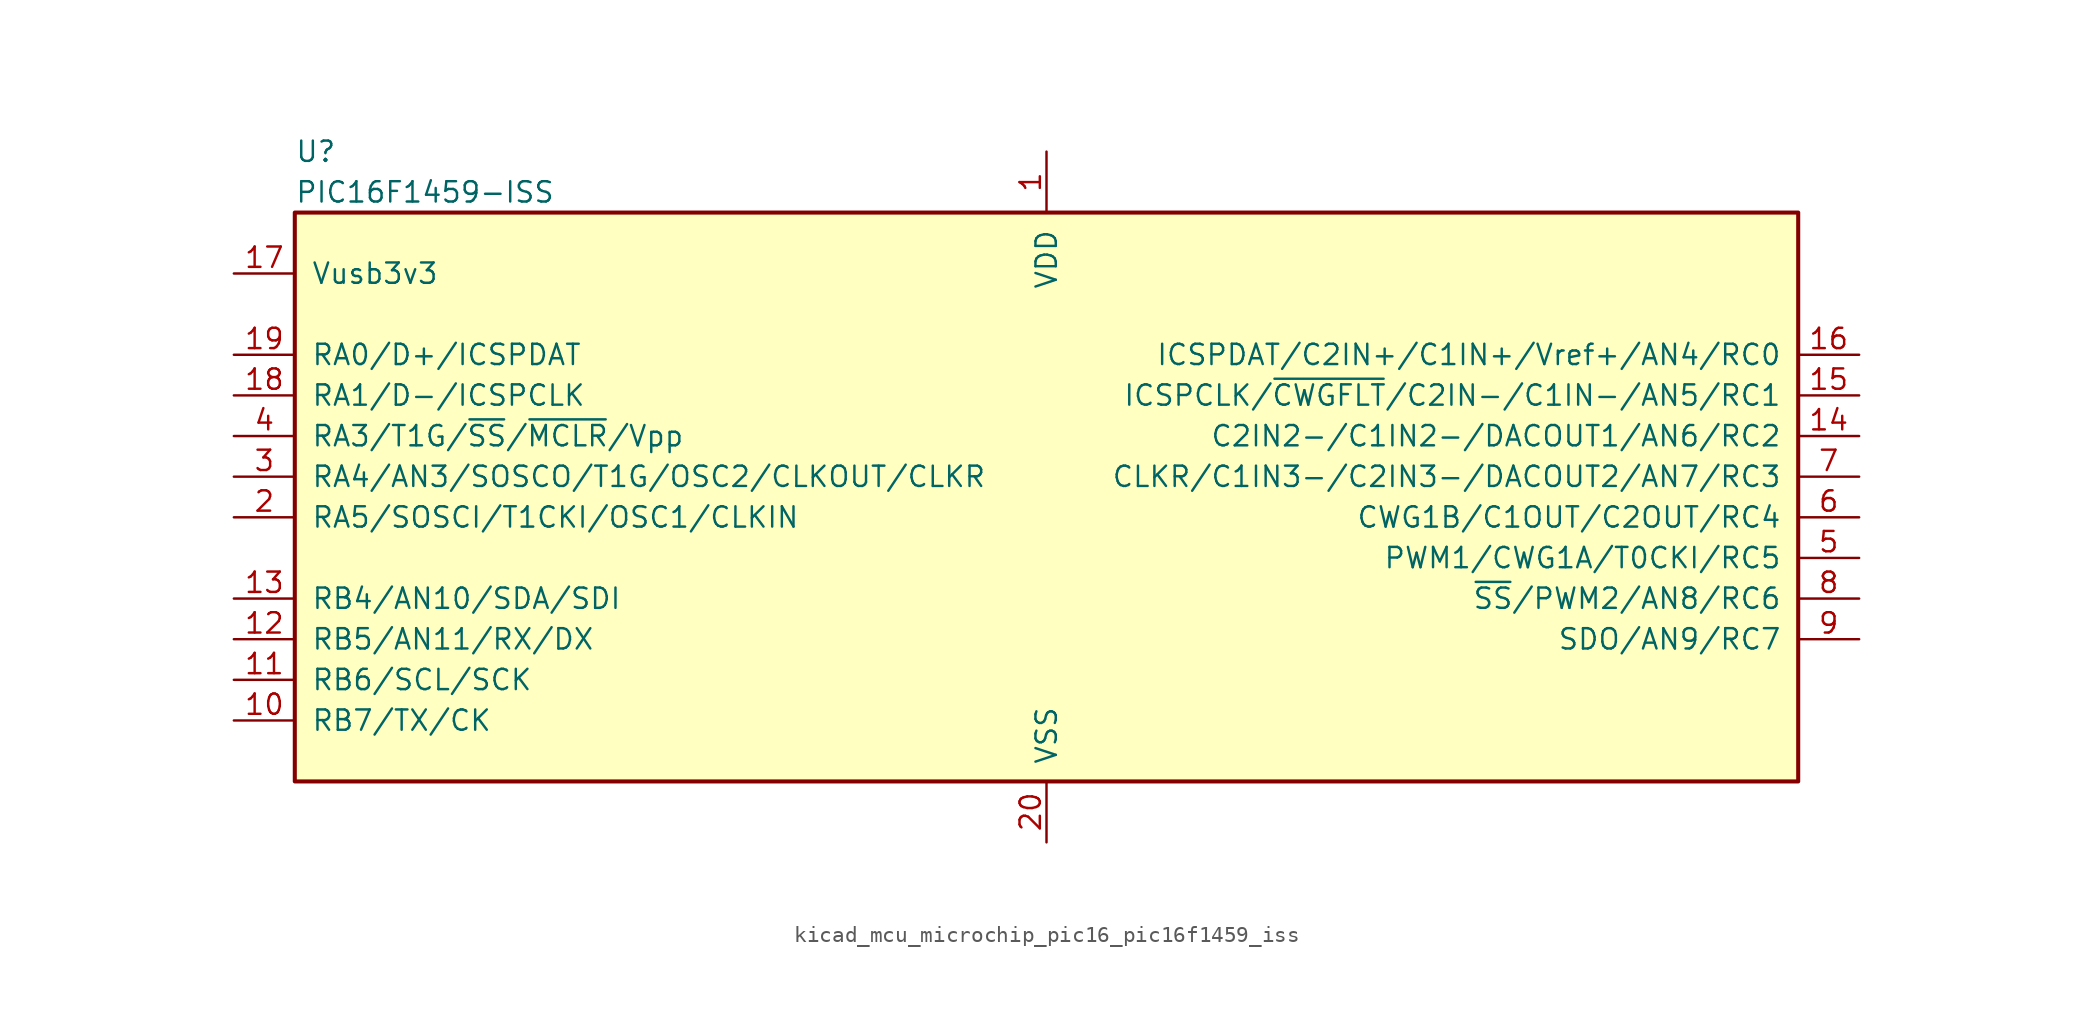
<source format=kicad_sym>
(kicad_symbol_lib
  (version 20220914)
  (generator kicad_symbol_editor)
  (symbol "kicad_mcu_microchip_pic16_pic16f1459_iss"
    (pin_names
      (offset 1.016))
    (property "Reference" "U"
      (at -46.99 17.78 0)
      (effects (font (size 1.27 1.27)) (justify left)))
    (property "Value" "PIC16F1459-ISS"
      (at -46.99 15.24 0)
      (effects (font (size 1.27 1.27)) (justify left)))
    (symbol "kicad_mcu_microchip_pic16_pic16f1459_iss_0_1"
      (rectangle (start -46.99 13.97) (end 46.99 -21.59) (stroke (width 0.254) (type default)) (fill (type background))))
    (symbol "kicad_mcu_microchip_pic16_pic16f1459_iss_1_1"
      (pin power_in line (at 0 17.78 270) (length 3.81) (name "VDD" (effects (font (size 1.27 1.27)))) (number "1" (effects (font (size 1.27 1.27)))))
      (pin bidirectional line (at -50.8 -17.78 0) (length 3.81) (name "RB7/TX/CK" (effects (font (size 1.27 1.27)))) (number "10" (effects (font (size 1.27 1.27)))))
      (pin bidirectional line (at -50.8 -15.24 0) (length 3.81) (name "RB6/SCL/SCK" (effects (font (size 1.27 1.27)))) (number "11" (effects (font (size 1.27 1.27)))))
      (pin bidirectional line (at -50.8 -12.7 0) (length 3.81) (name "RB5/AN11/RX/DX" (effects (font (size 1.27 1.27)))) (number "12" (effects (font (size 1.27 1.27)))))
      (pin bidirectional line (at -50.8 -10.16 0) (length 3.81) (name "RB4/AN10/SDA/SDI" (effects (font (size 1.27 1.27)))) (number "13" (effects (font (size 1.27 1.27)))))
      (pin bidirectional line (at 50.8 0 180) (length 3.81) (name "C2IN2-/C1IN2-/DACOUT1/AN6/RC2" (effects (font (size 1.27 1.27)))) (number "14" (effects (font (size 1.27 1.27)))))
      (pin bidirectional line (at 50.8 2.54 180) (length 3.81) (name "ICSPCLK/~{CWGFLT}/C2IN-/C1IN-/AN5/RC1" (effects (font (size 1.27 1.27)))) (number "15" (effects (font (size 1.27 1.27)))))
      (pin bidirectional line (at 50.8 5.08 180) (length 3.81) (name "ICSPDAT/C2IN+/C1IN+/Vref+/AN4/RC0" (effects (font (size 1.27 1.27)))) (number "16" (effects (font (size 1.27 1.27)))))
      (pin bidirectional line (at -50.8 10.16 0) (length 3.81) (name "Vusb3v3" (effects (font (size 1.27 1.27)))) (number "17" (effects (font (size 1.27 1.27)))))
      (pin bidirectional line (at -50.8 2.54 0) (length 3.81) (name "RA1/D-/ICSPCLK" (effects (font (size 1.27 1.27)))) (number "18" (effects (font (size 1.27 1.27)))))
      (pin bidirectional line (at -50.8 5.08 0) (length 3.81) (name "RA0/D+/ICSPDAT" (effects (font (size 1.27 1.27)))) (number "19" (effects (font (size 1.27 1.27)))))
      (pin bidirectional line (at -50.8 -5.08 0) (length 3.81) (name "RA5/SOSCI/T1CKI/OSC1/CLKIN" (effects (font (size 1.27 1.27)))) (number "2" (effects (font (size 1.27 1.27)))))
      (pin power_in line (at 0 -25.4 90) (length 3.81) (name "VSS" (effects (font (size 1.27 1.27)))) (number "20" (effects (font (size 1.27 1.27)))))
      (pin bidirectional line (at -50.8 -2.54 0) (length 3.81) (name "RA4/AN3/SOSCO/T1G/OSC2/CLKOUT/CLKR" (effects (font (size 1.27 1.27)))) (number "3" (effects (font (size 1.27 1.27)))))
      (pin input line (at -50.8 0 0) (length 3.81) (name "RA3/T1G/~{SS}/~{MCLR}/Vpp" (effects (font (size 1.27 1.27)))) (number "4" (effects (font (size 1.27 1.27)))))
      (pin bidirectional line (at 50.8 -7.62 180) (length 3.81) (name "PWM1/CWG1A/T0CKI/RC5" (effects (font (size 1.27 1.27)))) (number "5" (effects (font (size 1.27 1.27)))))
      (pin bidirectional line (at 50.8 -5.08 180) (length 3.81) (name "CWG1B/C1OUT/C2OUT/RC4" (effects (font (size 1.27 1.27)))) (number "6" (effects (font (size 1.27 1.27)))))
      (pin bidirectional line (at 50.8 -2.54 180) (length 3.81) (name "CLKR/C1IN3-/C2IN3-/DACOUT2/AN7/RC3" (effects (font (size 1.27 1.27)))) (number "7" (effects (font (size 1.27 1.27)))))
      (pin bidirectional line (at 50.8 -10.16 180) (length 3.81) (name "~{SS}/PWM2/AN8/RC6" (effects (font (size 1.27 1.27)))) (number "8" (effects (font (size 1.27 1.27)))))
      (pin bidirectional line (at 50.8 -12.7 180) (length 3.81) (name "SDO/AN9/RC7" (effects (font (size 1.27 1.27)))) (number "9" (effects (font (size 1.27 1.27))))))))
</source>
